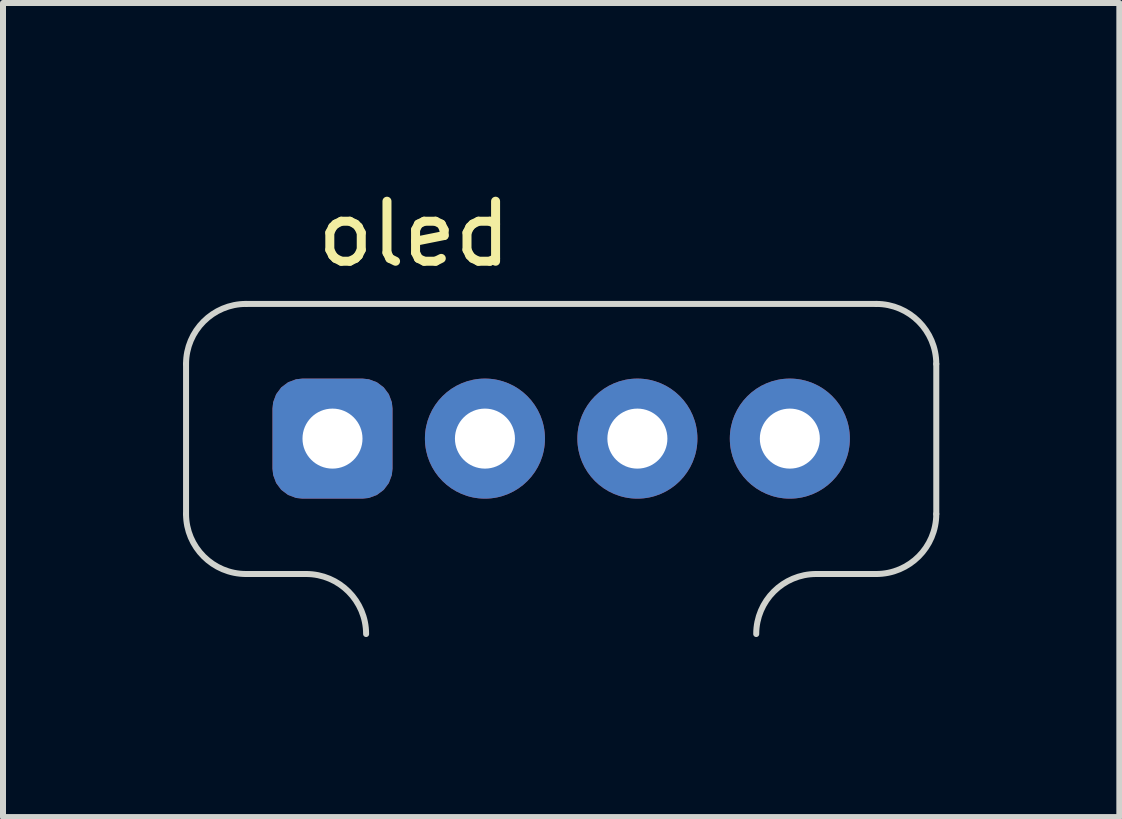
<source format=kicad_pcb>
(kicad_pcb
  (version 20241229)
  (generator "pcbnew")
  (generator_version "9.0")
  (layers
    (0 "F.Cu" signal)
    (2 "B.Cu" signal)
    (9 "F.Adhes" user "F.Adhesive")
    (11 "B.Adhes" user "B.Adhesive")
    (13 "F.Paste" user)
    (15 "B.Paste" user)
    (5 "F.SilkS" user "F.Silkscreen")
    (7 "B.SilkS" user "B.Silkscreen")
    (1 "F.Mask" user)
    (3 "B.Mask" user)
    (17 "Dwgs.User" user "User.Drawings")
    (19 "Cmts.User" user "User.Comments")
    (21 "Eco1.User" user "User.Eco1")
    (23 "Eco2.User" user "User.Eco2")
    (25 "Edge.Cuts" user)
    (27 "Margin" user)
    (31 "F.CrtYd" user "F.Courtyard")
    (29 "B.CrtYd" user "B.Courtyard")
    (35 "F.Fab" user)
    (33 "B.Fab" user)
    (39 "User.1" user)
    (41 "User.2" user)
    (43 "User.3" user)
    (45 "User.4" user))
  (footprint "oled"
    (layer "F.Cu")
    (at 6.3 4.258)
    (property "Reference" "oled" (at -2.45 -3.41 0) (unlocked yes) (layer "F.SilkS") (effects (font (size 1 1) (thickness 0.15))))
    (attr through_hole)
    (fp_line (start -6.25 -1.244) (end -6.25 1.256) (stroke (width 0.1) (type default)) (layer "Edge.Cuts"))
    (fp_line (start -5.25 -2.244) (end 5.25 -2.244) (stroke (width 0.1) (type default)) (layer "Edge.Cuts"))
    (fp_line (start -4.25 2.256) (end -5.25 2.256) (stroke (width 0.1) (type default)) (layer "Edge.Cuts"))
    (fp_line (start 4.25 2.256) (end 5.25 2.256) (stroke (width 0.1) (type default)) (layer "Edge.Cuts"))
    (fp_line (start 6.25 -1.244) (end 6.25 1.256) (stroke (width 0.1) (type default)) (layer "Edge.Cuts"))
    (fp_arc (start -6.250106 -1.244232) (mid -5.957213 -1.951339) (end -5.250106 -2.244232) (stroke (width 0.1) (type default)) (layer "Edge.Cuts"))
    (fp_arc (start -5.250106 2.255768) (mid -5.957213 1.962875) (end -6.250106 1.255768) (stroke (width 0.1) (type default)) (layer "Edge.Cuts"))
    (fp_arc (start -4.250106 2.255768) (mid -3.542999 2.548661) (end -3.250106 3.255768) (stroke (width 0.1) (type default)) (layer "Edge.Cuts"))
    (fp_arc (start 3.249894 3.255768) (mid 3.542782 2.548655) (end 4.249894 2.255768) (stroke (width 0.1) (type default)) (layer "Edge.Cuts"))
    (fp_arc (start 5.249894 -2.244232) (mid 5.957002 -1.95134) (end 6.249894 -1.244232) (stroke (width 0.1) (type default)) (layer "Edge.Cuts"))
    (fp_arc (start 6.249894 1.255768) (mid 5.956996 1.962869) (end 5.249894 2.255768) (stroke (width 0.1) (type default)) (layer "Edge.Cuts"))
    (fp_line (start -6.25 -1.245) (end -6.25 1.255) (stroke (width 0.1) (type default)) (layer "User.2"))
    (fp_line (start -5.25 -2.245) (end 5.25 -2.245) (stroke (width 0.1) (type default)) (layer "User.2"))
    (fp_line (start 5.25 2.255) (end -5.25 2.255) (stroke (width 0.1) (type default)) (layer "User.2"))
    (fp_line (start 6.25 -1.245) (end 6.25 1.255) (stroke (width 0.1) (type default)) (layer "User.2"))
    (fp_arc (start -6.25 -1.244644) (mid -5.957106 -1.95175) (end -5.25 -2.244644) (stroke (width 0.1) (type default)) (layer "User.2"))
    (fp_arc (start -5.25 2.255356) (mid -5.957106 1.962462) (end -6.25 1.255356) (stroke (width 0.1) (type default)) (layer "User.2"))
    (fp_arc (start 5.25 -2.244644) (mid 5.957109 -1.951751) (end 6.25 -1.244644) (stroke (width 0.1) (type default)) (layer "User.2"))
    (fp_arc (start 6.25 1.255356) (mid 5.957105 1.96246) (end 5.25 2.255356) (stroke (width 0.1) (type default)) (layer "User.2"))
    (pad "1" thru_hole roundrect (at -3.81 0 90) (size 2 2) (drill 1) (layers "*.Cu" "*.Mask") (roundrect_rratio 0.25))
    (pad "2" thru_hole circle (at -1.27 0 90) (size 2 2) (drill 1) (layers "*.Cu" "*.Mask"))
    (pad "3" thru_hole circle (at 1.27 0 90) (size 2 2) (drill 1) (layers "*.Cu" "*.Mask"))
    (pad "4" thru_hole circle (at 3.81 0 90) (size 2 2) (drill 1) (layers "*.Cu" "*.Mask")))
  (gr_rect
    (start -3 -3)
    (end 15.6 10.564)
    (stroke (width 0.1) (type default))
    (fill no)
    (layer "Edge.Cuts")))
</source>
